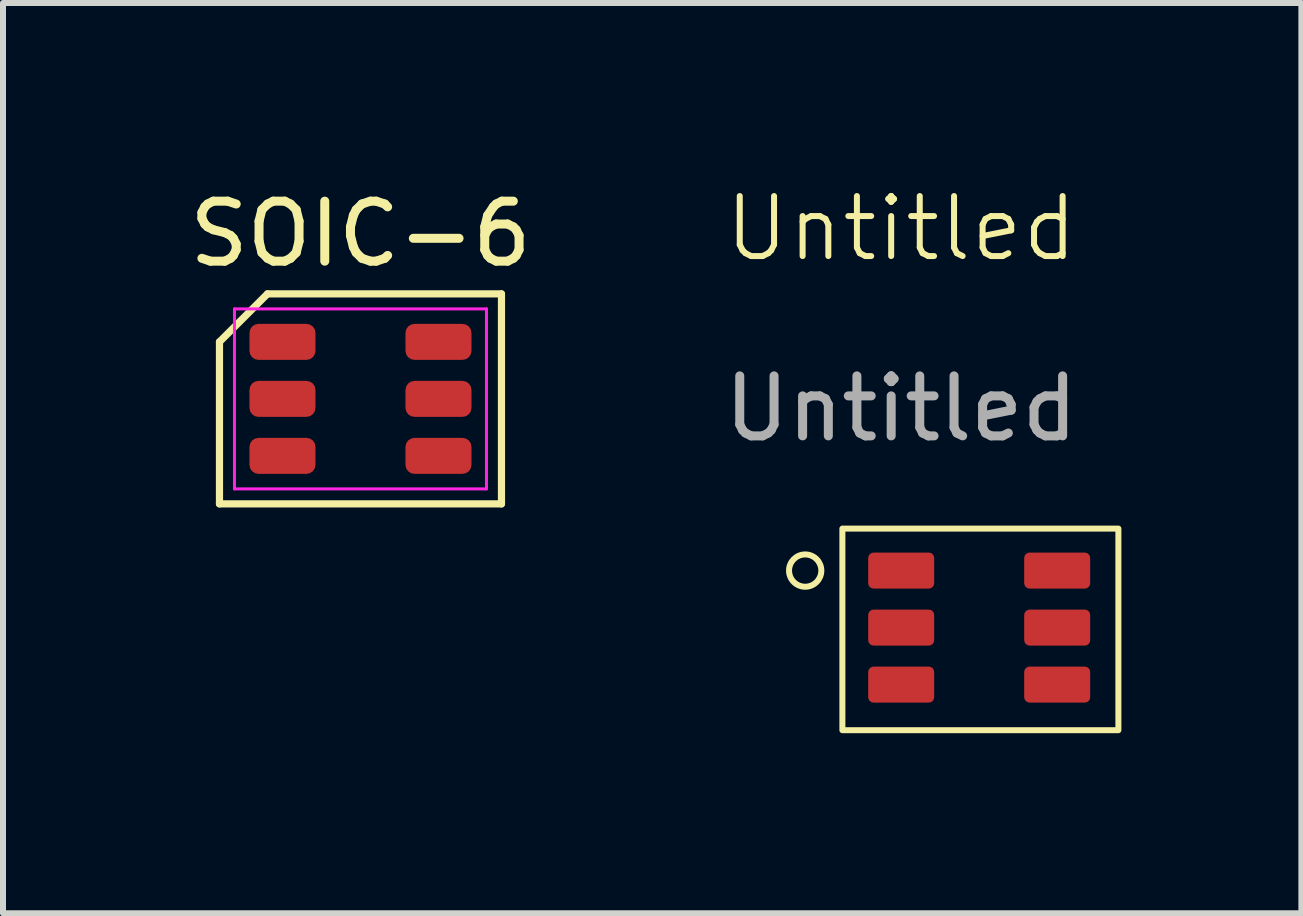
<source format=kicad_pcb>
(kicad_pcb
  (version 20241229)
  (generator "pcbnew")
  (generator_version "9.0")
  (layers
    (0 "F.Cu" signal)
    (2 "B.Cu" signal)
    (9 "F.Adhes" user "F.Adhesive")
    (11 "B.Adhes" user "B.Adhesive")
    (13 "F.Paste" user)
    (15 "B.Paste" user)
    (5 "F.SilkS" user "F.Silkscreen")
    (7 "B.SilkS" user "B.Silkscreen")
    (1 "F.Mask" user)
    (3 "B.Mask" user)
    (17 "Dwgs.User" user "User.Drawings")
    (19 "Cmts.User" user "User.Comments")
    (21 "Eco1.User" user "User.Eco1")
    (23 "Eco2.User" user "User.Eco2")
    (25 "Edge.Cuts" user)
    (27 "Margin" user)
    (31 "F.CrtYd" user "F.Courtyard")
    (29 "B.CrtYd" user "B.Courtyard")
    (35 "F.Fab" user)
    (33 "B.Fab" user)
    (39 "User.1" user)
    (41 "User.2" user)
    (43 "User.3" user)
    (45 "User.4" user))
  (footprint "Untitled"
    (layer "F.Cu")
    (at 11.97 1.26)
    (property "Reference" "Untitled" (at 0 -0.5 0) (unlocked yes) (layer "F.SilkS") (effects (font (size 1 1) (thickness 0.1))))
    (attr smd)
    (fp_rect (start -0.98 4.5) (end 3.62 7.86) (stroke (width 0.1) (type default)) (fill no) (layer "F.SilkS"))
    (fp_circle (center -1.6 5.2) (end -1.4 5.38) (stroke (width 0.1) (type default)) (fill no) (layer "F.SilkS"))
    (fp_text user "${REFERENCE}" (at 0 2.5 0) (unlocked yes) (layer "F.Fab") (effects (font (size 1 1) (thickness 0.15))))
    (pad "1" smd roundrect (at 0 5.2 90) (size 0.6 1.1) (layers "F.Cu" "F.Mask" "F.Paste") (roundrect_rratio 0.15))
    (pad "2" smd roundrect (at 0 6.15 90) (size 0.6 1.1) (layers "F.Cu" "F.Mask" "F.Paste") (roundrect_rratio 0.15))
    (pad "3" smd roundrect (at 0 7.1 90) (size 0.6 1.1) (layers "F.Cu" "F.Mask" "F.Paste") (roundrect_rratio 0.15))
    (pad "4" smd roundrect (at 2.6 7.1 90) (size 0.6 1.1) (layers "F.Cu" "F.Mask" "F.Paste") (roundrect_rratio 0.15))
    (pad "5" smd roundrect (at 2.6 6.15 90) (size 0.6 1.1) (layers "F.Cu" "F.Mask" "F.Paste") (roundrect_rratio 0.15))
    (pad "6" smd roundrect (at 2.6 5.2 90) (size 0.6 1.1) (layers "F.Cu" "F.Mask" "F.Paste") (roundrect_rratio 0.15)))
  (footprint "SOIC-6"
    (layer "F.Cu")
    (at 2.958 3.598)
    (property "Reference" "SOIC-6" (at 0 -2.75 0) (layer "F.SilkS") (effects (font (size 1 1) (thickness 0.15))))
    (attr smd)
    (fp_line (start -2.35 -0.95) (end -1.55 -1.75) (stroke (width 0.12) (type default)) (layer "F.SilkS"))
    (fp_line (start -2.35 1.75) (end -2.35 -0.95) (stroke (width 0.12) (type default)) (layer "F.SilkS"))
    (fp_line (start -1.55 -1.75) (end 2.35 -1.75) (stroke (width 0.12) (type default)) (layer "F.SilkS"))
    (fp_line (start 2.35 -1.75) (end 2.35 1.75) (stroke (width 0.12) (type default)) (layer "F.SilkS"))
    (fp_line (start 2.35 1.75) (end -2.35 1.75) (stroke (width 0.12) (type default)) (layer "F.SilkS"))
    (fp_line (start -2.1 -1.5) (end 2.1 -1.5) (stroke (width 0.05) (type default)) (layer "F.CrtYd"))
    (fp_line (start -2.1 1.5) (end -2.1 -1.5) (stroke (width 0.05) (type default)) (layer "F.CrtYd"))
    (fp_line (start 2.1 -1.5) (end 2.1 1.5) (stroke (width 0.05) (type default)) (layer "F.CrtYd"))
    (fp_line (start 2.1 1.5) (end -2.1 1.5) (stroke (width 0.05) (type default)) (layer "F.CrtYd"))
    (pad "1" smd roundrect (at -1.3 -0.95 270) (size 0.6 1.1) (layers "F.Cu" "F.Mask" "F.Paste") (roundrect_rratio 0.25))
    (pad "2" smd roundrect (at -1.3 0 270) (size 0.6 1.1) (layers "F.Cu" "F.Mask" "F.Paste") (roundrect_rratio 0.25))
    (pad "3" smd roundrect (at -1.3 0.95 270) (size 0.6 1.1) (layers "F.Cu" "F.Mask" "F.Paste") (roundrect_rratio 0.25))
    (pad "4" smd roundrect (at 1.3 0.95 270) (size 0.6 1.1) (layers "F.Cu" "F.Mask" "F.Paste") (roundrect_rratio 0.25))
    (pad "5" smd roundrect (at 1.3 0 270) (size 0.6 1.1) (layers "F.Cu" "F.Mask" "F.Paste") (roundrect_rratio 0.25))
    (pad "6" smd roundrect (at 1.3 -0.95 270) (size 0.6 1.1) (layers "F.Cu" "F.Mask" "F.Paste") (roundrect_rratio 0.25)))
  (gr_rect
    (start -3 -3)
    (end 18.64 12.171)
    (stroke (width 0.1) (type default))
    (fill no)
    (layer "Edge.Cuts")))
</source>
